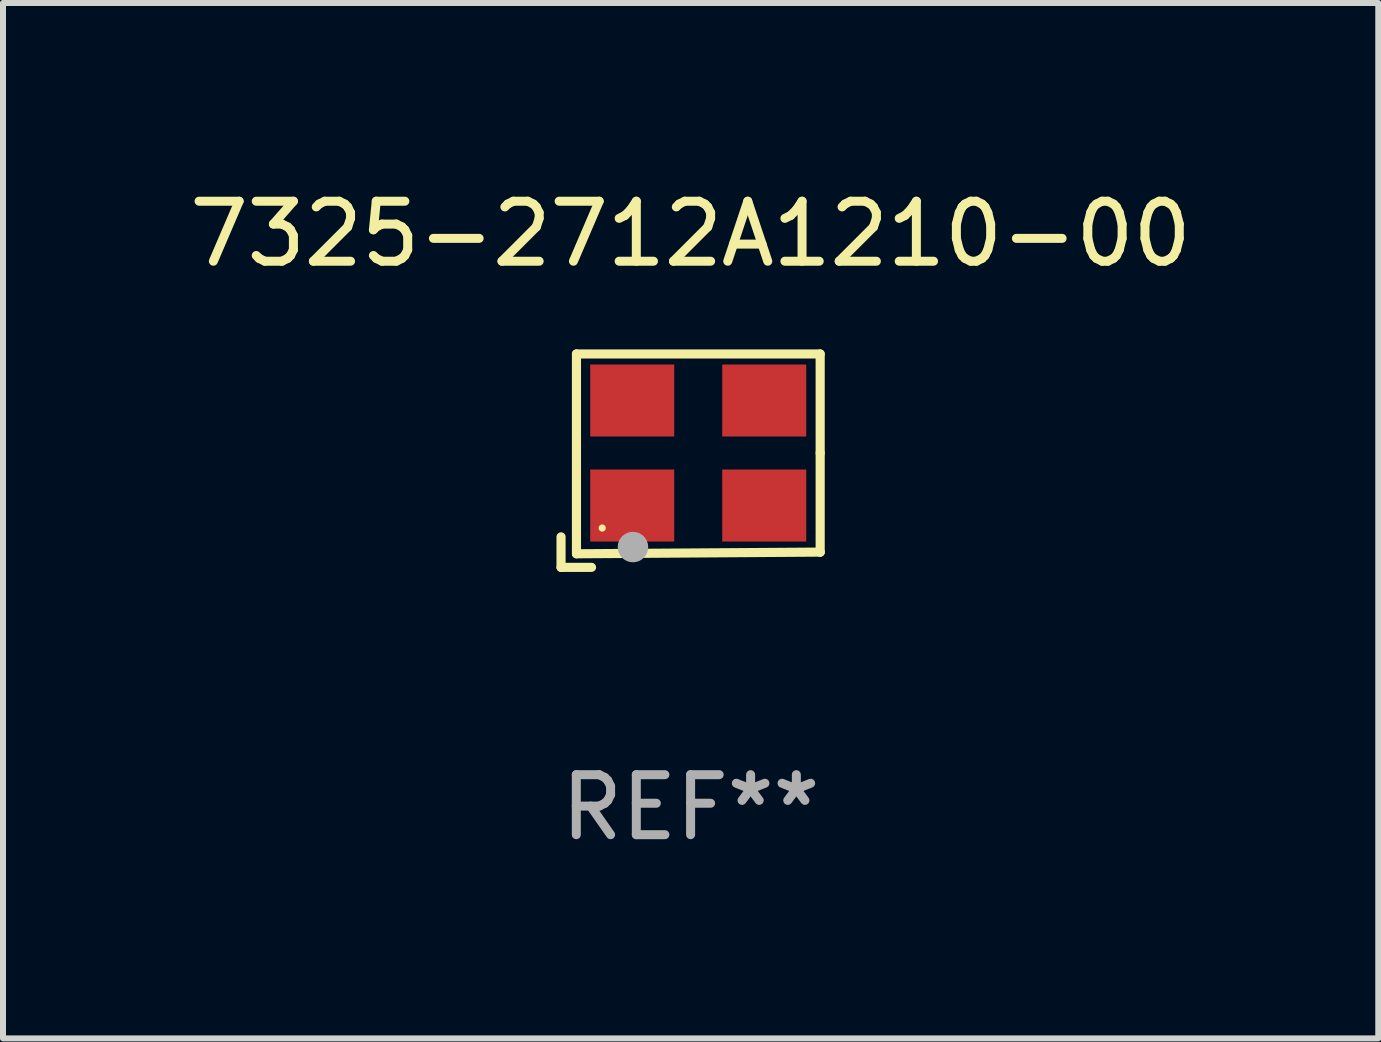
<source format=kicad_pcb>
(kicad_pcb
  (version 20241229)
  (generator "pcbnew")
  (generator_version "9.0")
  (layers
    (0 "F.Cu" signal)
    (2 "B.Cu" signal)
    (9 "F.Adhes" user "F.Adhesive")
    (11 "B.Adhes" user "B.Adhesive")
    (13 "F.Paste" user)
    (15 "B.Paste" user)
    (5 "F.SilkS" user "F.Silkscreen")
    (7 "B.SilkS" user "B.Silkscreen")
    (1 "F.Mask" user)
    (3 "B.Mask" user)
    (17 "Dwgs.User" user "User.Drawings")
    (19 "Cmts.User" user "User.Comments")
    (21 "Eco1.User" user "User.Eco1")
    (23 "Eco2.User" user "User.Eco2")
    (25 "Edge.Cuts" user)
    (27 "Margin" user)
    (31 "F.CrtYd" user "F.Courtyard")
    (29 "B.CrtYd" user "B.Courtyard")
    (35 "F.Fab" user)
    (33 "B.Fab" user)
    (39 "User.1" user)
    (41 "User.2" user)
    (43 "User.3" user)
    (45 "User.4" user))
  (footprint "7325-2712A1210-00"
    (layer "F.Cu")
    (at 8.458 4.626)
    (property "Reference" "7325-2712A1210-00" (at 0 -3.778 0) (layer "F.SilkS") (effects (font (size 1 1) (thickness 0.15))))
    (attr through_hole)
    (fp_line (start -2.159 1.27) (end -2.159 1.778) (stroke (width 0.152) (type solid)) (layer "F.SilkS"))
    (fp_line (start -2.159 1.778) (end -1.651 1.778) (stroke (width 0.152) (type solid)) (layer "F.SilkS"))
    (fp_line (start -1.902 -1.778) (end 2.159 -1.778) (stroke (width 0.152) (type solid)) (layer "F.SilkS"))
    (fp_line (start -1.902 1.552) (end -1.902 -1.778) (stroke (width 0.152) (type solid)) (layer "F.SilkS"))
    (fp_line (start 2.159 -1.778) (end 2.159 -0.127) (stroke (width 0.152) (type solid)) (layer "F.SilkS"))
    (fp_line (start 2.159 -0.127) (end 2.159 1.524) (stroke (width 0.152) (type solid)) (layer "F.SilkS"))
    (fp_line (start 2.159 1.524) (end -1.902 1.552) (stroke (width 0.152) (type solid)) (layer "F.SilkS"))
    (fp_line (start 2.159 1.524) (end 2.159 1.524) (stroke (width 0.152) (type solid)) (layer "F.SilkS"))
    (fp_circle (center -1.473 1.123) (end -1.443 1.123) (stroke (width 0.06) (type solid)) (fill no) (layer "F.SilkS"))
    (fp_circle (center -0.961 1.44) (end -0.834 1.44) (stroke (width 0.254) (type solid)) (fill no) (layer "F.Fab"))
    (fp_text user "REF**" (at 0 5.778 0) (layer "F.Fab") (effects (font (size 1 1) (thickness 0.15))))
    (pad "1" smd rect (at -0.973 0.748) (size 1.4 1.2) (layers "F.Cu" "F.Mask" "F.Paste"))
    (pad "2" smd rect (at 1.227 0.748) (size 1.4 1.2) (layers "F.Cu" "F.Mask" "F.Paste"))
    (pad "3" smd rect (at 1.227 -1.002) (size 1.4 1.2) (layers "F.Cu" "F.Mask" "F.Paste"))
    (pad "4" smd rect (at -0.973 -1.002) (size 1.4 1.2) (layers "F.Cu" "F.Mask" "F.Paste")))
  (gr_rect
    (start -3 -3)
    (end 19.917 14.253)
    (stroke (width 0.1) (type default))
    (fill no)
    (layer "Edge.Cuts")))
</source>
